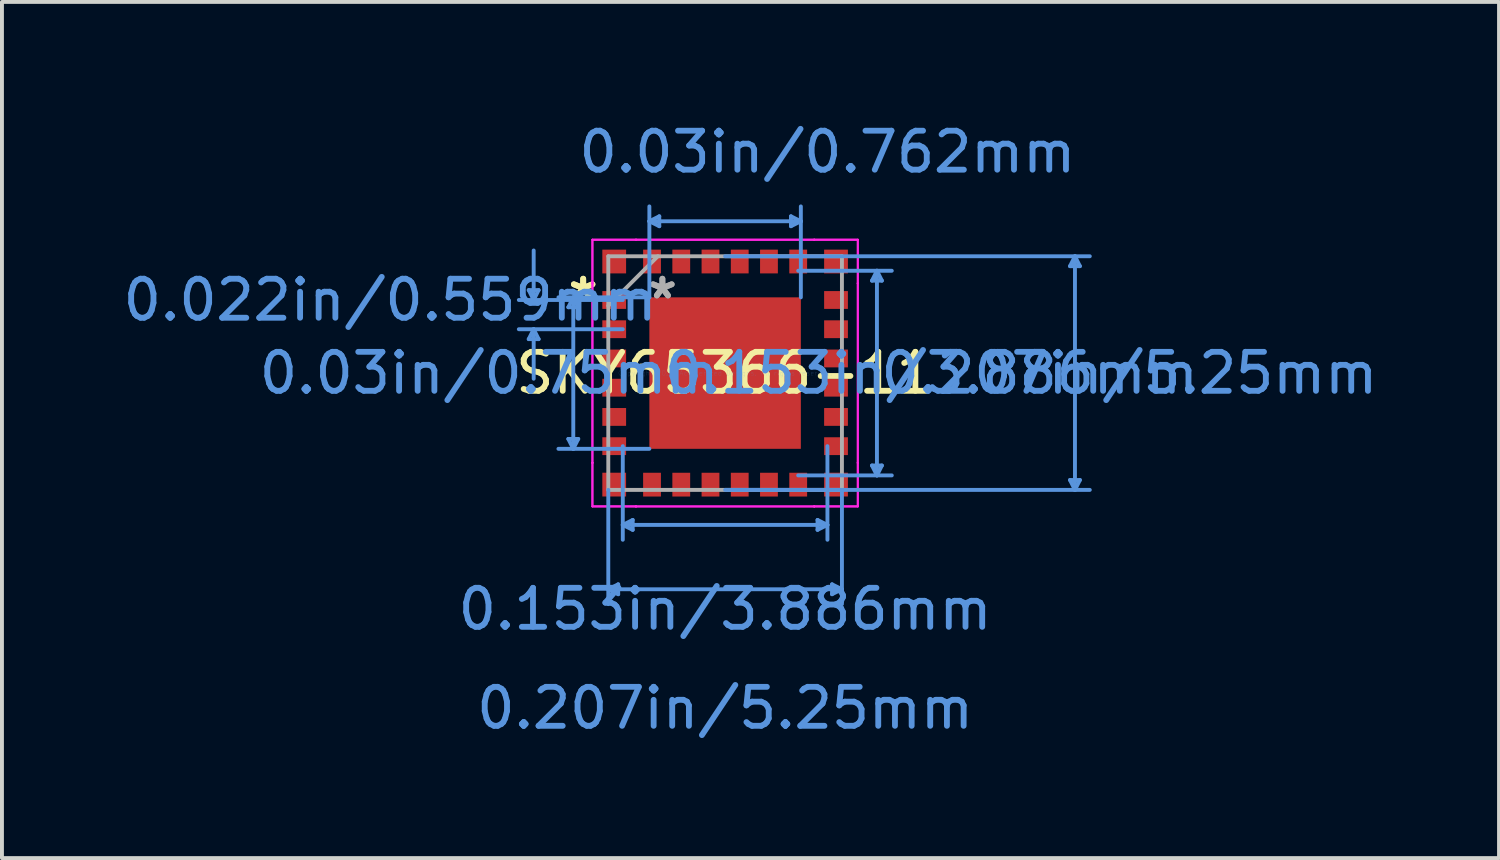
<source format=kicad_pcb>
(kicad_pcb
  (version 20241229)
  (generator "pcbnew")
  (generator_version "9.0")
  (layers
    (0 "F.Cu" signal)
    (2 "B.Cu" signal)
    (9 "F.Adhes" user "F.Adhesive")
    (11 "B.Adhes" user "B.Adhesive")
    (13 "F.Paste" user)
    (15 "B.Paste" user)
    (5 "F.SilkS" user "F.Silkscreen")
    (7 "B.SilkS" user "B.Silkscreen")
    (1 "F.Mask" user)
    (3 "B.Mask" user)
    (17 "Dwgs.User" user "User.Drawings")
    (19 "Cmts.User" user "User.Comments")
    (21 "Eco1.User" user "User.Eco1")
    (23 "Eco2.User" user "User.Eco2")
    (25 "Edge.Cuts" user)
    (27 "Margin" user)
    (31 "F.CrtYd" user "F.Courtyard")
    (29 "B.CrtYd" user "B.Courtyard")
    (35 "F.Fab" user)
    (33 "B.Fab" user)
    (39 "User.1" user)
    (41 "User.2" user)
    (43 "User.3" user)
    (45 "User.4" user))
  (footprint "SKY65366-11"
    (layer "F.Cu")
    (at 15.552 6.521)
    (property "Reference" "SKY65366-11" (at 0 0 0) (layer "F.SilkS") (effects (font (size 1 1) (thickness 0.15))))
    (attr through_hole)
    (fp_poly (pts (xy -1.843 -1.843) (xy -1.843 -0.748) (xy -0.748 -0.748) (xy -0.748 -1.843)) (stroke (width 0.1) (type solid)) (fill yes) (layer "F.Paste"))
    (fp_poly (pts (xy -1.843 -0.548) (xy -1.843 0.548) (xy -0.748 0.548) (xy -0.748 -0.548)) (stroke (width 0.1) (type solid)) (fill yes) (layer "F.Paste"))
    (fp_poly (pts (xy -1.843 0.748) (xy -1.843 1.843) (xy -0.748 1.843) (xy -0.748 0.748)) (stroke (width 0.1) (type solid)) (fill yes) (layer "F.Paste"))
    (fp_poly (pts (xy -0.548 -1.843) (xy -0.548 -0.748) (xy 0.548 -0.748) (xy 0.548 -1.843)) (stroke (width 0.1) (type solid)) (fill yes) (layer "F.Paste"))
    (fp_poly (pts (xy -0.548 -0.548) (xy -0.548 0.548) (xy 0.548 0.548) (xy 0.548 -0.548)) (stroke (width 0.1) (type solid)) (fill yes) (layer "F.Paste"))
    (fp_poly (pts (xy -0.548 0.748) (xy -0.548 1.843) (xy 0.548 1.843) (xy 0.548 0.748)) (stroke (width 0.1) (type solid)) (fill yes) (layer "F.Paste"))
    (fp_poly (pts (xy 0.748 -1.843) (xy 0.748 -0.748) (xy 1.843 -0.748) (xy 1.843 -1.843)) (stroke (width 0.1) (type solid)) (fill yes) (layer "F.Paste"))
    (fp_poly (pts (xy 0.748 -0.548) (xy 0.748 0.548) (xy 1.843 0.548) (xy 1.843 -0.548)) (stroke (width 0.1) (type solid)) (fill yes) (layer "F.Paste"))
    (fp_poly (pts (xy 0.748 0.748) (xy 0.748 1.843) (xy 1.843 1.843) (xy 1.843 0.748)) (stroke (width 0.1) (type solid)) (fill yes) (layer "F.Paste"))
    (fp_line (start -5.038 -2.129) (end -4.784 -2.129) (stroke (width 0.1) (type solid)) (layer "Cmts.User"))
    (fp_line (start -5.038 -0.871) (end -4.784 -0.871) (stroke (width 0.1) (type solid)) (layer "Cmts.User"))
    (fp_line (start -4.911 -1.875) (end -5.038 -2.129) (stroke (width 0.1) (type solid)) (layer "Cmts.User"))
    (fp_line (start -4.911 -1.875) (end -4.911 -3.145) (stroke (width 0.1) (type solid)) (layer "Cmts.User"))
    (fp_line (start -4.911 -1.875) (end -4.784 -2.129) (stroke (width 0.1) (type solid)) (layer "Cmts.User"))
    (fp_line (start -4.911 -1.125) (end -5.038 -0.871) (stroke (width 0.1) (type solid)) (layer "Cmts.User"))
    (fp_line (start -4.911 -1.125) (end -4.911 0.145) (stroke (width 0.1) (type solid)) (layer "Cmts.User"))
    (fp_line (start -4.911 -1.125) (end -4.784 -0.871) (stroke (width 0.1) (type solid)) (layer "Cmts.User"))
    (fp_line (start -4.022 -1.689) (end -3.768 -1.689) (stroke (width 0.1) (type solid)) (layer "Cmts.User"))
    (fp_line (start -4.022 1.689) (end -3.768 1.689) (stroke (width 0.1) (type solid)) (layer "Cmts.User"))
    (fp_line (start -3.895 -1.943) (end -4.022 -1.689) (stroke (width 0.1) (type solid)) (layer "Cmts.User"))
    (fp_line (start -3.895 -1.943) (end -3.895 1.943) (stroke (width 0.1) (type solid)) (layer "Cmts.User"))
    (fp_line (start -3.895 -1.943) (end -3.768 -1.689) (stroke (width 0.1) (type solid)) (layer "Cmts.User"))
    (fp_line (start -3.895 1.943) (end -4.022 1.689) (stroke (width 0.1) (type solid)) (layer "Cmts.User"))
    (fp_line (start -3.895 1.943) (end -3.768 1.689) (stroke (width 0.1) (type solid)) (layer "Cmts.User"))
    (fp_line (start -2.997 2.997) (end -2.997 5.927) (stroke (width 0.1) (type solid)) (layer "Cmts.User"))
    (fp_line (start -2.997 5.546) (end -2.743 5.419) (stroke (width 0.1) (type solid)) (layer "Cmts.User"))
    (fp_line (start -2.997 5.546) (end -2.743 5.673) (stroke (width 0.1) (type solid)) (layer "Cmts.User"))
    (fp_line (start -2.997 5.546) (end 2.997 5.546) (stroke (width 0.1) (type solid)) (layer "Cmts.User"))
    (fp_line (start -2.743 5.419) (end -2.743 5.673) (stroke (width 0.1) (type solid)) (layer "Cmts.User"))
    (fp_line (start -2.625 -1.875) (end -5.292 -1.875) (stroke (width 0.1) (type solid)) (layer "Cmts.User"))
    (fp_line (start -2.625 -1.125) (end -5.292 -1.125) (stroke (width 0.1) (type solid)) (layer "Cmts.User"))
    (fp_line (start -2.625 1.875) (end -2.625 4.276) (stroke (width 0.1) (type solid)) (layer "Cmts.User"))
    (fp_line (start -2.625 3.895) (end -2.371 3.768) (stroke (width 0.1) (type solid)) (layer "Cmts.User"))
    (fp_line (start -2.625 3.895) (end -2.371 4.022) (stroke (width 0.1) (type solid)) (layer "Cmts.User"))
    (fp_line (start -2.625 3.895) (end 2.625 3.895) (stroke (width 0.1) (type solid)) (layer "Cmts.User"))
    (fp_line (start -2.371 3.768) (end -2.371 4.022) (stroke (width 0.1) (type solid)) (layer "Cmts.User"))
    (fp_line (start -1.943 -3.895) (end -1.689 -4.022) (stroke (width 0.1) (type solid)) (layer "Cmts.User"))
    (fp_line (start -1.943 -3.895) (end -1.689 -3.768) (stroke (width 0.1) (type solid)) (layer "Cmts.User"))
    (fp_line (start -1.943 -3.895) (end 1.943 -3.895) (stroke (width 0.1) (type solid)) (layer "Cmts.User"))
    (fp_line (start -1.943 -1.943) (end -4.276 -1.943) (stroke (width 0.1) (type solid)) (layer "Cmts.User"))
    (fp_line (start -1.943 -1.943) (end -1.943 -4.276) (stroke (width 0.1) (type solid)) (layer "Cmts.User"))
    (fp_line (start -1.943 1.943) (end -4.276 1.943) (stroke (width 0.1) (type solid)) (layer "Cmts.User"))
    (fp_line (start -1.689 -4.022) (end -1.689 -3.768) (stroke (width 0.1) (type solid)) (layer "Cmts.User"))
    (fp_line (start 0 -2.997) (end 9.356 -2.997) (stroke (width 0.1) (type solid)) (layer "Cmts.User"))
    (fp_line (start 0 2.997) (end 9.356 2.997) (stroke (width 0.1) (type solid)) (layer "Cmts.User"))
    (fp_line (start 1.689 -4.022) (end 1.689 -3.768) (stroke (width 0.1) (type solid)) (layer "Cmts.User"))
    (fp_line (start 1.875 -2.625) (end 4.276 -2.625) (stroke (width 0.1) (type solid)) (layer "Cmts.User"))
    (fp_line (start 1.875 2.625) (end 4.276 2.625) (stroke (width 0.1) (type solid)) (layer "Cmts.User"))
    (fp_line (start 1.943 -3.895) (end 1.689 -4.022) (stroke (width 0.1) (type solid)) (layer "Cmts.User"))
    (fp_line (start 1.943 -3.895) (end 1.689 -3.768) (stroke (width 0.1) (type solid)) (layer "Cmts.User"))
    (fp_line (start 1.943 -1.943) (end 1.943 -4.276) (stroke (width 0.1) (type solid)) (layer "Cmts.User"))
    (fp_line (start 2.371 3.768) (end 2.371 4.022) (stroke (width 0.1) (type solid)) (layer "Cmts.User"))
    (fp_line (start 2.625 1.875) (end 2.625 4.276) (stroke (width 0.1) (type solid)) (layer "Cmts.User"))
    (fp_line (start 2.625 3.895) (end 2.371 3.768) (stroke (width 0.1) (type solid)) (layer "Cmts.User"))
    (fp_line (start 2.625 3.895) (end 2.371 4.022) (stroke (width 0.1) (type solid)) (layer "Cmts.User"))
    (fp_line (start 2.743 5.419) (end 2.743 5.673) (stroke (width 0.1) (type solid)) (layer "Cmts.User"))
    (fp_line (start 2.997 2.997) (end 2.997 5.927) (stroke (width 0.1) (type solid)) (layer "Cmts.User"))
    (fp_line (start 2.997 5.546) (end 2.743 5.419) (stroke (width 0.1) (type solid)) (layer "Cmts.User"))
    (fp_line (start 2.997 5.546) (end 2.743 5.673) (stroke (width 0.1) (type solid)) (layer "Cmts.User"))
    (fp_line (start 3.768 -2.371) (end 4.022 -2.371) (stroke (width 0.1) (type solid)) (layer "Cmts.User"))
    (fp_line (start 3.768 2.371) (end 4.022 2.371) (stroke (width 0.1) (type solid)) (layer "Cmts.User"))
    (fp_line (start 3.895 -2.625) (end 3.768 -2.371) (stroke (width 0.1) (type solid)) (layer "Cmts.User"))
    (fp_line (start 3.895 -2.625) (end 3.895 2.625) (stroke (width 0.1) (type solid)) (layer "Cmts.User"))
    (fp_line (start 3.895 -2.625) (end 4.022 -2.371) (stroke (width 0.1) (type solid)) (layer "Cmts.User"))
    (fp_line (start 3.895 2.625) (end 3.768 2.371) (stroke (width 0.1) (type solid)) (layer "Cmts.User"))
    (fp_line (start 3.895 2.625) (end 4.022 2.371) (stroke (width 0.1) (type solid)) (layer "Cmts.User"))
    (fp_line (start 8.848 -2.743) (end 9.102 -2.743) (stroke (width 0.1) (type solid)) (layer "Cmts.User"))
    (fp_line (start 8.848 2.743) (end 9.102 2.743) (stroke (width 0.1) (type solid)) (layer "Cmts.User"))
    (fp_line (start 8.975 -2.997) (end 8.848 -2.743) (stroke (width 0.1) (type solid)) (layer "Cmts.User"))
    (fp_line (start 8.975 -2.997) (end 8.975 2.997) (stroke (width 0.1) (type solid)) (layer "Cmts.User"))
    (fp_line (start 8.975 -2.997) (end 9.102 -2.743) (stroke (width 0.1) (type solid)) (layer "Cmts.User"))
    (fp_line (start 8.975 2.997) (end 8.848 2.743) (stroke (width 0.1) (type solid)) (layer "Cmts.User"))
    (fp_line (start 8.975 2.997) (end 9.102 2.743) (stroke (width 0.1) (type solid)) (layer "Cmts.User"))
    (fp_line (start -3.404 -3.421) (end -3.404 -2.303) (stroke (width 0.05) (type solid)) (layer "F.CrtYd"))
    (fp_line (start -3.404 -3.421) (end -3.404 -2.303) (stroke (width 0.05) (type solid)) (layer "F.CrtYd"))
    (fp_line (start -3.404 -2.303) (end -3.404 -2.303) (stroke (width 0.05) (type solid)) (layer "F.CrtYd"))
    (fp_line (start -3.404 -2.303) (end -3.404 -2.303) (stroke (width 0.05) (type solid)) (layer "F.CrtYd"))
    (fp_line (start -3.404 2.302) (end -3.404 3.42) (stroke (width 0.05) (type solid)) (layer "F.CrtYd"))
    (fp_line (start -3.404 2.302) (end -3.404 3.42) (stroke (width 0.05) (type solid)) (layer "F.CrtYd"))
    (fp_line (start -3.404 3.42) (end -2.286 3.42) (stroke (width 0.05) (type solid)) (layer "F.CrtYd"))
    (fp_line (start -3.404 3.42) (end -2.286 3.42) (stroke (width 0.05) (type solid)) (layer "F.CrtYd"))
    (fp_line (start -3.404 -2.303) (end -3.404 2.302) (stroke (width 0.05) (type solid)) (layer "F.CrtYd"))
    (fp_line (start -3.404 -2.303) (end -3.404 2.302) (stroke (width 0.05) (type solid)) (layer "F.CrtYd"))
    (fp_line (start -3.404 2.302) (end -3.404 2.302) (stroke (width 0.05) (type solid)) (layer "F.CrtYd"))
    (fp_line (start -3.404 2.302) (end -3.404 2.302) (stroke (width 0.05) (type solid)) (layer "F.CrtYd"))
    (fp_line (start -2.286 -3.421) (end -3.404 -3.421) (stroke (width 0.05) (type solid)) (layer "F.CrtYd"))
    (fp_line (start -2.286 -3.421) (end -3.404 -3.421) (stroke (width 0.05) (type solid)) (layer "F.CrtYd"))
    (fp_line (start -2.286 -3.421) (end -2.286 -3.421) (stroke (width 0.05) (type solid)) (layer "F.CrtYd"))
    (fp_line (start -2.286 -3.421) (end -2.286 -3.421) (stroke (width 0.05) (type solid)) (layer "F.CrtYd"))
    (fp_line (start -2.286 3.42) (end -2.286 3.421) (stroke (width 0.05) (type solid)) (layer "F.CrtYd"))
    (fp_line (start -2.286 3.42) (end -2.286 3.421) (stroke (width 0.05) (type solid)) (layer "F.CrtYd"))
    (fp_line (start -2.286 3.421) (end 2.286 3.421) (stroke (width 0.05) (type solid)) (layer "F.CrtYd"))
    (fp_line (start -2.286 3.421) (end 2.286 3.421) (stroke (width 0.05) (type solid)) (layer "F.CrtYd"))
    (fp_line (start 2.286 -3.421) (end 2.286 -3.421) (stroke (width 0.05) (type solid)) (layer "F.CrtYd"))
    (fp_line (start 2.286 -3.421) (end 2.286 -3.421) (stroke (width 0.05) (type solid)) (layer "F.CrtYd"))
    (fp_line (start 2.286 -3.421) (end -2.286 -3.421) (stroke (width 0.05) (type solid)) (layer "F.CrtYd"))
    (fp_line (start 2.286 -3.421) (end -2.286 -3.421) (stroke (width 0.05) (type solid)) (layer "F.CrtYd"))
    (fp_line (start 2.286 3.42) (end 3.404 3.42) (stroke (width 0.05) (type solid)) (layer "F.CrtYd"))
    (fp_line (start 2.286 3.42) (end 3.404 3.42) (stroke (width 0.05) (type solid)) (layer "F.CrtYd"))
    (fp_line (start 2.286 3.421) (end 2.286 3.42) (stroke (width 0.05) (type solid)) (layer "F.CrtYd"))
    (fp_line (start 2.286 3.421) (end 2.286 3.42) (stroke (width 0.05) (type solid)) (layer "F.CrtYd"))
    (fp_line (start 3.404 -2.303) (end 3.404 -2.303) (stroke (width 0.05) (type solid)) (layer "F.CrtYd"))
    (fp_line (start 3.404 -2.303) (end 3.404 -2.303) (stroke (width 0.05) (type solid)) (layer "F.CrtYd"))
    (fp_line (start 3.404 2.302) (end 3.404 -2.303) (stroke (width 0.05) (type solid)) (layer "F.CrtYd"))
    (fp_line (start 3.404 2.302) (end 3.404 -2.303) (stroke (width 0.05) (type solid)) (layer "F.CrtYd"))
    (fp_line (start 3.404 -3.421) (end 2.286 -3.421) (stroke (width 0.05) (type solid)) (layer "F.CrtYd"))
    (fp_line (start 3.404 -3.421) (end 2.286 -3.421) (stroke (width 0.05) (type solid)) (layer "F.CrtYd"))
    (fp_line (start 3.404 -2.303) (end 3.404 -3.421) (stroke (width 0.05) (type solid)) (layer "F.CrtYd"))
    (fp_line (start 3.404 -2.303) (end 3.404 -3.421) (stroke (width 0.05) (type solid)) (layer "F.CrtYd"))
    (fp_line (start 3.404 2.302) (end 3.404 2.302) (stroke (width 0.05) (type solid)) (layer "F.CrtYd"))
    (fp_line (start 3.404 2.302) (end 3.404 2.302) (stroke (width 0.05) (type solid)) (layer "F.CrtYd"))
    (fp_line (start 3.404 3.42) (end 3.404 2.302) (stroke (width 0.05) (type solid)) (layer "F.CrtYd"))
    (fp_line (start 3.404 3.42) (end 3.404 2.302) (stroke (width 0.05) (type solid)) (layer "F.CrtYd"))
    (fp_line (start -2.997 -2.997) (end -2.997 2.997) (stroke (width 0.1) (type solid)) (layer "F.Fab"))
    (fp_line (start -2.997 -1.727) (end -1.727 -2.997) (stroke (width 0.1) (type solid)) (layer "F.Fab"))
    (fp_line (start -2.997 2.997) (end 2.997 2.997) (stroke (width 0.1) (type solid)) (layer "F.Fab"))
    (fp_line (start 2.997 -2.997) (end -2.997 -2.997) (stroke (width 0.1) (type solid)) (layer "F.Fab"))
    (fp_line (start 2.997 2.997) (end 2.997 -2.997) (stroke (width 0.1) (type solid)) (layer "F.Fab"))
    (fp_text user "*" (at -3.641 -1.875 0) (layer "F.SilkS") (effects (font (size 1 1) (thickness 0.15))))
    (fp_text user "*" (at -3.641 -1.875 0) (layer "F.SilkS") (effects (font (size 1 1) (thickness 0.15))))
    (fp_text user "0.022in/0.559mm" (at -8.594 -1.875 0) (layer "Cmts.User") (effects (font (size 1 1) (thickness 0.15))))
    (fp_text user "0.03in/0.762mm" (at 2.625 -5.673 0) (layer "Cmts.User") (effects (font (size 1 1) (thickness 0.15))))
    (fp_text user "0.03in/0.75mm" (at -6.054 0 0) (layer "Cmts.User") (effects (font (size 1 1) (thickness 0.15))))
    (fp_text user "0.153in/3.886mm" (at 5.292 0 0) (layer "Cmts.User") (effects (font (size 1 1) (thickness 0.15))))
    (fp_text user "0.153in/3.886mm" (at 0 6.054 0) (layer "Cmts.User") (effects (font (size 1 1) (thickness 0.15))))
    (fp_text user "Copyright 2021 Accelerated Designs. All rights reserved." (at 0 0 0) (layer "Cmts.User") (effects (font (size 0.127 0.127) (thickness 0.002))))
    (fp_text user "0.207in/5.25mm" (at 0 8.594 0) (layer "Cmts.User") (effects (font (size 1 1) (thickness 0.15))))
    (fp_text user "0.207in/5.25mm" (at 10.372 0 0) (layer "Cmts.User") (effects (font (size 1 1) (thickness 0.15))))
    (fp_text user "*" (at -1.609 -1.875 0) (layer "F.Fab") (effects (font (size 1 1) (thickness 0.15))))
    (fp_text user "*" (at -1.609 -1.875 0) (layer "F.Fab") (effects (font (size 1 1) (thickness 0.15))))
    (pad "1" smd rect (at -2.845 -2.862) (size 0.61 0.61) (layers "F.Cu" "F.Mask" "F.Paste"))
    (pad "2" smd rect (at -2.845 -1.875 90) (size 0.457 0.61) (layers "F.Cu" "F.Mask" "F.Paste"))
    (pad "3" smd rect (at -2.845 -1.125 90) (size 0.457 0.61) (layers "F.Cu" "F.Mask" "F.Paste"))
    (pad "4" smd rect (at -2.845 -0.375 90) (size 0.457 0.61) (layers "F.Cu" "F.Mask" "F.Paste"))
    (pad "5" smd rect (at -2.845 0.375 90) (size 0.457 0.61) (layers "F.Cu" "F.Mask" "F.Paste"))
    (pad "6" smd rect (at -2.845 1.125 90) (size 0.457 0.61) (layers "F.Cu" "F.Mask" "F.Paste"))
    (pad "7" smd rect (at -2.845 1.875 90) (size 0.457 0.61) (layers "F.Cu" "F.Mask" "F.Paste"))
    (pad "8" smd rect (at -2.845 2.861) (size 0.61 0.61) (layers "F.Cu" "F.Mask" "F.Paste"))
    (pad "9" smd rect (at -1.875 2.862) (size 0.457 0.61) (layers "F.Cu" "F.Mask" "F.Paste"))
    (pad "10" smd rect (at -1.125 2.862) (size 0.457 0.61) (layers "F.Cu" "F.Mask" "F.Paste"))
    (pad "11" smd rect (at -0.375 2.862) (size 0.457 0.61) (layers "F.Cu" "F.Mask" "F.Paste"))
    (pad "12" smd rect (at 0.375 2.862) (size 0.457 0.61) (layers "F.Cu" "F.Mask" "F.Paste"))
    (pad "13" smd rect (at 1.125 2.862) (size 0.457 0.61) (layers "F.Cu" "F.Mask" "F.Paste"))
    (pad "14" smd rect (at 1.875 2.862) (size 0.457 0.61) (layers "F.Cu" "F.Mask" "F.Paste"))
    (pad "15" smd rect (at 2.845 2.861) (size 0.61 0.61) (layers "F.Cu" "F.Mask" "F.Paste"))
    (pad "16" smd rect (at 2.845 1.875 90) (size 0.457 0.61) (layers "F.Cu" "F.Mask" "F.Paste"))
    (pad "17" smd rect (at 2.845 1.125 90) (size 0.457 0.61) (layers "F.Cu" "F.Mask" "F.Paste"))
    (pad "18" smd rect (at 2.845 0.375 90) (size 0.457 0.61) (layers "F.Cu" "F.Mask" "F.Paste"))
    (pad "19" smd rect (at 2.845 -0.375 90) (size 0.457 0.61) (layers "F.Cu" "F.Mask" "F.Paste"))
    (pad "20" smd rect (at 2.845 -1.125 90) (size 0.457 0.61) (layers "F.Cu" "F.Mask" "F.Paste"))
    (pad "21" smd rect (at 2.845 -1.875 90) (size 0.457 0.61) (layers "F.Cu" "F.Mask" "F.Paste"))
    (pad "22" smd rect (at 2.845 -2.862) (size 0.61 0.61) (layers "F.Cu" "F.Mask" "F.Paste"))
    (pad "23" smd rect (at 1.875 -2.862) (size 0.457 0.61) (layers "F.Cu" "F.Mask" "F.Paste"))
    (pad "24" smd rect (at 1.125 -2.862) (size 0.457 0.61) (layers "F.Cu" "F.Mask" "F.Paste"))
    (pad "25" smd rect (at 0.375 -2.862) (size 0.457 0.61) (layers "F.Cu" "F.Mask" "F.Paste"))
    (pad "26" smd rect (at -0.375 -2.862) (size 0.457 0.61) (layers "F.Cu" "F.Mask" "F.Paste"))
    (pad "27" smd rect (at -1.125 -2.862) (size 0.457 0.61) (layers "F.Cu" "F.Mask" "F.Paste"))
    (pad "28" smd rect (at -1.875 -2.862) (size 0.457 0.61) (layers "F.Cu" "F.Mask" "F.Paste"))
    (pad "29" smd rect (at 0 0) (size 3.886 3.886) (layers "F.Cu" "F.Mask")))
  (gr_rect
    (start -3 -3)
    (end 35.406 18.963)
    (stroke (width 0.1) (type default))
    (fill no)
    (layer "Edge.Cuts")))
</source>
